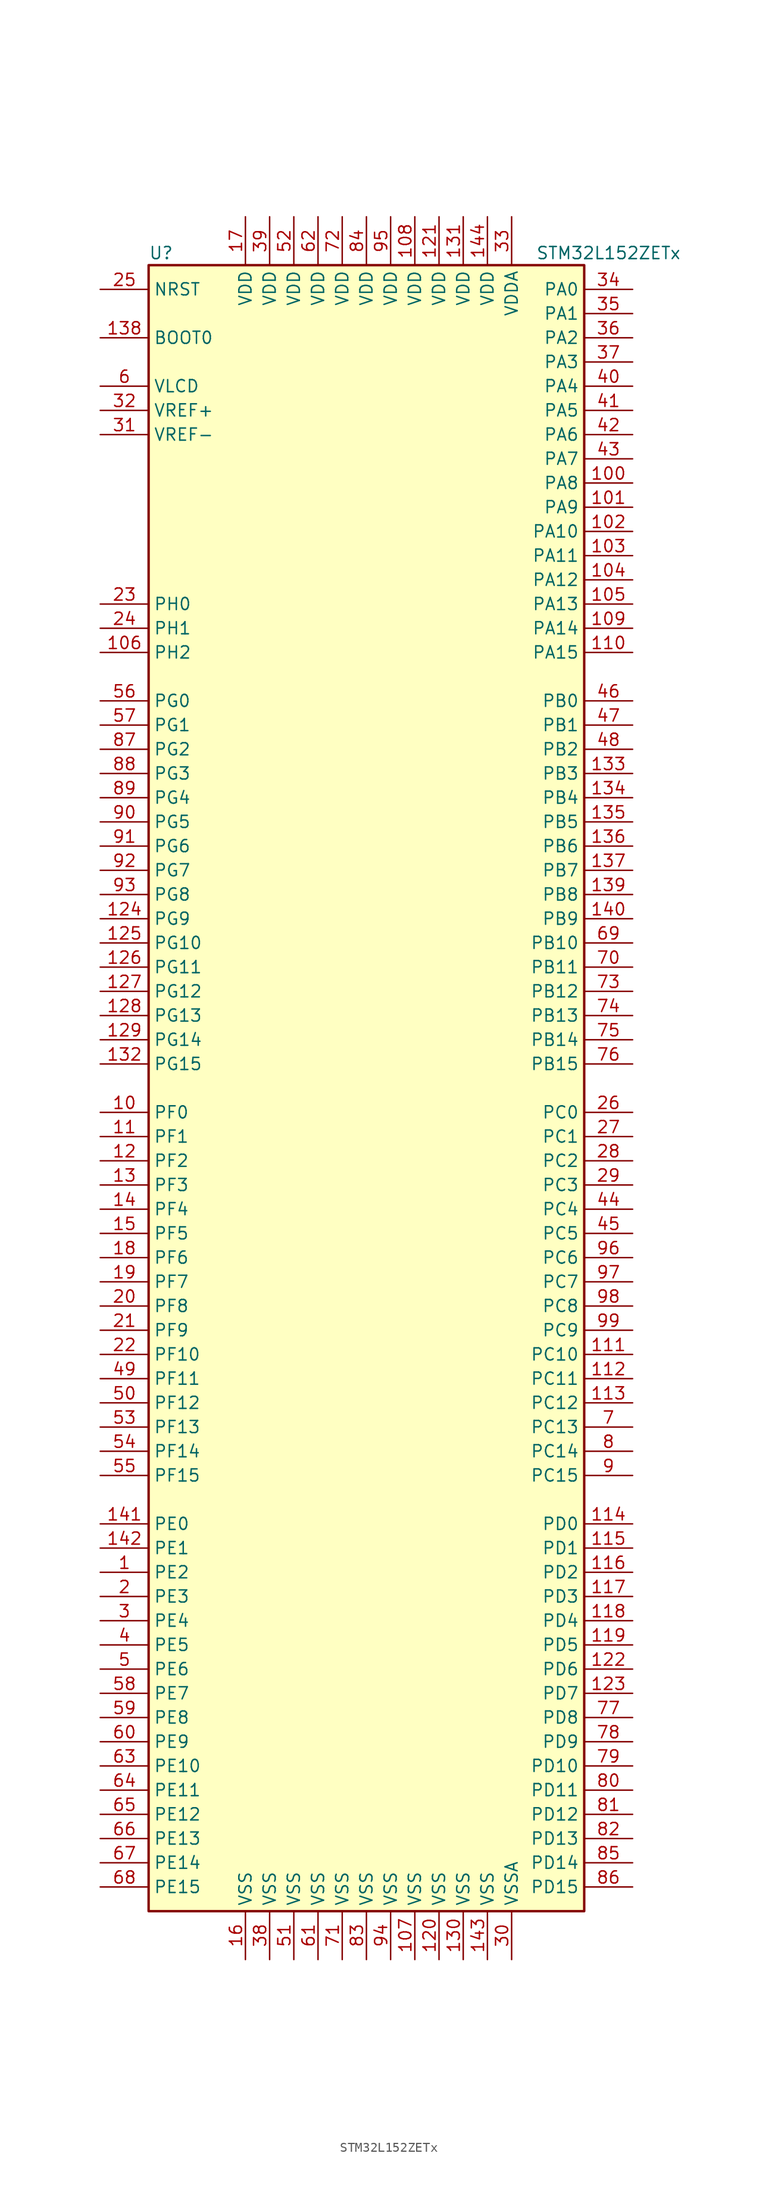
<source format=kicad_sym>
(kicad_symbol_lib
  (version 20201005)
  (generator kicad_symbol_editor)
  (symbol "MCU_ST_STM32L1:STM32L152ZETx"
    (property "Reference" "U"
      (at -22.86 87.63 0)
      (effects (font (size 1.27 1.27)) (justify left)))
    (property "Value" "STM32L152ZETx"
      (at 17.78 87.63 0)
      (effects (font (size 1.27 1.27)) (justify left)))
    (symbol "STM32L152ZETx_0_1"
      (rectangle (start -22.86 -86.36) (end 22.86 86.36) (stroke (width 0.254)) (fill (type background))))
    (symbol "STM32L152ZETx_1_1"
      (pin input line (at -27.94 78.74 0) (length 5.08) (name "BOOT0" (effects (font (size 1.27 1.27)))) (number "138" (effects (font (size 1.27 1.27)))))
      (pin input line (at -27.94 83.82 0) (length 5.08) (name "NRST" (effects (font (size 1.27 1.27)))) (number "25" (effects (font (size 1.27 1.27)))))
      (pin bidirectional line (at 27.94 83.82 180) (length 5.08) (name "PA0" (effects (font (size 1.27 1.27)))) (number "34" (effects (font (size 1.27 1.27)))))
      (pin bidirectional line (at 27.94 81.28 180) (length 5.08) (name "PA1" (effects (font (size 1.27 1.27)))) (number "35" (effects (font (size 1.27 1.27)))))
      (pin bidirectional line (at 27.94 58.42 180) (length 5.08) (name "PA10" (effects (font (size 1.27 1.27)))) (number "102" (effects (font (size 1.27 1.27)))))
      (pin bidirectional line (at 27.94 55.88 180) (length 5.08) (name "PA11" (effects (font (size 1.27 1.27)))) (number "103" (effects (font (size 1.27 1.27)))))
      (pin bidirectional line (at 27.94 53.34 180) (length 5.08) (name "PA12" (effects (font (size 1.27 1.27)))) (number "104" (effects (font (size 1.27 1.27)))))
      (pin bidirectional line (at 27.94 50.8 180) (length 5.08) (name "PA13" (effects (font (size 1.27 1.27)))) (number "105" (effects (font (size 1.27 1.27)))))
      (pin bidirectional line (at 27.94 48.26 180) (length 5.08) (name "PA14" (effects (font (size 1.27 1.27)))) (number "109" (effects (font (size 1.27 1.27)))))
      (pin bidirectional line (at 27.94 45.72 180) (length 5.08) (name "PA15" (effects (font (size 1.27 1.27)))) (number "110" (effects (font (size 1.27 1.27)))))
      (pin bidirectional line (at 27.94 78.74 180) (length 5.08) (name "PA2" (effects (font (size 1.27 1.27)))) (number "36" (effects (font (size 1.27 1.27)))))
      (pin bidirectional line (at 27.94 76.2 180) (length 5.08) (name "PA3" (effects (font (size 1.27 1.27)))) (number "37" (effects (font (size 1.27 1.27)))))
      (pin bidirectional line (at 27.94 73.66 180) (length 5.08) (name "PA4" (effects (font (size 1.27 1.27)))) (number "40" (effects (font (size 1.27 1.27)))))
      (pin bidirectional line (at 27.94 71.12 180) (length 5.08) (name "PA5" (effects (font (size 1.27 1.27)))) (number "41" (effects (font (size 1.27 1.27)))))
      (pin bidirectional line (at 27.94 68.58 180) (length 5.08) (name "PA6" (effects (font (size 1.27 1.27)))) (number "42" (effects (font (size 1.27 1.27)))))
      (pin bidirectional line (at 27.94 66.04 180) (length 5.08) (name "PA7" (effects (font (size 1.27 1.27)))) (number "43" (effects (font (size 1.27 1.27)))))
      (pin bidirectional line (at 27.94 63.5 180) (length 5.08) (name "PA8" (effects (font (size 1.27 1.27)))) (number "100" (effects (font (size 1.27 1.27)))))
      (pin bidirectional line (at 27.94 60.96 180) (length 5.08) (name "PA9" (effects (font (size 1.27 1.27)))) (number "101" (effects (font (size 1.27 1.27)))))
      (pin bidirectional line (at 27.94 40.64 180) (length 5.08) (name "PB0" (effects (font (size 1.27 1.27)))) (number "46" (effects (font (size 1.27 1.27)))))
      (pin bidirectional line (at 27.94 38.1 180) (length 5.08) (name "PB1" (effects (font (size 1.27 1.27)))) (number "47" (effects (font (size 1.27 1.27)))))
      (pin bidirectional line (at 27.94 15.24 180) (length 5.08) (name "PB10" (effects (font (size 1.27 1.27)))) (number "69" (effects (font (size 1.27 1.27)))))
      (pin bidirectional line (at 27.94 12.7 180) (length 5.08) (name "PB11" (effects (font (size 1.27 1.27)))) (number "70" (effects (font (size 1.27 1.27)))))
      (pin bidirectional line (at 27.94 10.16 180) (length 5.08) (name "PB12" (effects (font (size 1.27 1.27)))) (number "73" (effects (font (size 1.27 1.27)))))
      (pin bidirectional line (at 27.94 7.62 180) (length 5.08) (name "PB13" (effects (font (size 1.27 1.27)))) (number "74" (effects (font (size 1.27 1.27)))))
      (pin bidirectional line (at 27.94 5.08 180) (length 5.08) (name "PB14" (effects (font (size 1.27 1.27)))) (number "75" (effects (font (size 1.27 1.27)))))
      (pin bidirectional line (at 27.94 2.54 180) (length 5.08) (name "PB15" (effects (font (size 1.27 1.27)))) (number "76" (effects (font (size 1.27 1.27)))))
      (pin bidirectional line (at 27.94 35.56 180) (length 5.08) (name "PB2" (effects (font (size 1.27 1.27)))) (number "48" (effects (font (size 1.27 1.27)))))
      (pin bidirectional line (at 27.94 33.02 180) (length 5.08) (name "PB3" (effects (font (size 1.27 1.27)))) (number "133" (effects (font (size 1.27 1.27)))))
      (pin bidirectional line (at 27.94 30.48 180) (length 5.08) (name "PB4" (effects (font (size 1.27 1.27)))) (number "134" (effects (font (size 1.27 1.27)))))
      (pin bidirectional line (at 27.94 27.94 180) (length 5.08) (name "PB5" (effects (font (size 1.27 1.27)))) (number "135" (effects (font (size 1.27 1.27)))))
      (pin bidirectional line (at 27.94 25.4 180) (length 5.08) (name "PB6" (effects (font (size 1.27 1.27)))) (number "136" (effects (font (size 1.27 1.27)))))
      (pin bidirectional line (at 27.94 22.86 180) (length 5.08) (name "PB7" (effects (font (size 1.27 1.27)))) (number "137" (effects (font (size 1.27 1.27)))))
      (pin bidirectional line (at 27.94 20.32 180) (length 5.08) (name "PB8" (effects (font (size 1.27 1.27)))) (number "139" (effects (font (size 1.27 1.27)))))
      (pin bidirectional line (at 27.94 17.78 180) (length 5.08) (name "PB9" (effects (font (size 1.27 1.27)))) (number "140" (effects (font (size 1.27 1.27)))))
      (pin bidirectional line (at 27.94 -2.54 180) (length 5.08) (name "PC0" (effects (font (size 1.27 1.27)))) (number "26" (effects (font (size 1.27 1.27)))))
      (pin bidirectional line (at 27.94 -5.08 180) (length 5.08) (name "PC1" (effects (font (size 1.27 1.27)))) (number "27" (effects (font (size 1.27 1.27)))))
      (pin bidirectional line (at 27.94 -27.94 180) (length 5.08) (name "PC10" (effects (font (size 1.27 1.27)))) (number "111" (effects (font (size 1.27 1.27)))))
      (pin bidirectional line (at 27.94 -30.48 180) (length 5.08) (name "PC11" (effects (font (size 1.27 1.27)))) (number "112" (effects (font (size 1.27 1.27)))))
      (pin bidirectional line (at 27.94 -33.02 180) (length 5.08) (name "PC12" (effects (font (size 1.27 1.27)))) (number "113" (effects (font (size 1.27 1.27)))))
      (pin bidirectional line (at 27.94 -35.56 180) (length 5.08) (name "PC13" (effects (font (size 1.27 1.27)))) (number "7" (effects (font (size 1.27 1.27)))))
      (pin bidirectional line (at 27.94 -38.1 180) (length 5.08) (name "PC14" (effects (font (size 1.27 1.27)))) (number "8" (effects (font (size 1.27 1.27)))))
      (pin bidirectional line (at 27.94 -40.64 180) (length 5.08) (name "PC15" (effects (font (size 1.27 1.27)))) (number "9" (effects (font (size 1.27 1.27)))))
      (pin bidirectional line (at 27.94 -7.62 180) (length 5.08) (name "PC2" (effects (font (size 1.27 1.27)))) (number "28" (effects (font (size 1.27 1.27)))))
      (pin bidirectional line (at 27.94 -10.16 180) (length 5.08) (name "PC3" (effects (font (size 1.27 1.27)))) (number "29" (effects (font (size 1.27 1.27)))))
      (pin bidirectional line (at 27.94 -12.7 180) (length 5.08) (name "PC4" (effects (font (size 1.27 1.27)))) (number "44" (effects (font (size 1.27 1.27)))))
      (pin bidirectional line (at 27.94 -15.24 180) (length 5.08) (name "PC5" (effects (font (size 1.27 1.27)))) (number "45" (effects (font (size 1.27 1.27)))))
      (pin bidirectional line (at 27.94 -17.78 180) (length 5.08) (name "PC6" (effects (font (size 1.27 1.27)))) (number "96" (effects (font (size 1.27 1.27)))))
      (pin bidirectional line (at 27.94 -20.32 180) (length 5.08) (name "PC7" (effects (font (size 1.27 1.27)))) (number "97" (effects (font (size 1.27 1.27)))))
      (pin bidirectional line (at 27.94 -22.86 180) (length 5.08) (name "PC8" (effects (font (size 1.27 1.27)))) (number "98" (effects (font (size 1.27 1.27)))))
      (pin bidirectional line (at 27.94 -25.4 180) (length 5.08) (name "PC9" (effects (font (size 1.27 1.27)))) (number "99" (effects (font (size 1.27 1.27)))))
      (pin bidirectional line (at 27.94 -45.72 180) (length 5.08) (name "PD0" (effects (font (size 1.27 1.27)))) (number "114" (effects (font (size 1.27 1.27)))))
      (pin bidirectional line (at 27.94 -48.26 180) (length 5.08) (name "PD1" (effects (font (size 1.27 1.27)))) (number "115" (effects (font (size 1.27 1.27)))))
      (pin bidirectional line (at 27.94 -71.12 180) (length 5.08) (name "PD10" (effects (font (size 1.27 1.27)))) (number "79" (effects (font (size 1.27 1.27)))))
      (pin bidirectional line (at 27.94 -73.66 180) (length 5.08) (name "PD11" (effects (font (size 1.27 1.27)))) (number "80" (effects (font (size 1.27 1.27)))))
      (pin bidirectional line (at 27.94 -76.2 180) (length 5.08) (name "PD12" (effects (font (size 1.27 1.27)))) (number "81" (effects (font (size 1.27 1.27)))))
      (pin bidirectional line (at 27.94 -78.74 180) (length 5.08) (name "PD13" (effects (font (size 1.27 1.27)))) (number "82" (effects (font (size 1.27 1.27)))))
      (pin bidirectional line (at 27.94 -81.28 180) (length 5.08) (name "PD14" (effects (font (size 1.27 1.27)))) (number "85" (effects (font (size 1.27 1.27)))))
      (pin bidirectional line (at 27.94 -83.82 180) (length 5.08) (name "PD15" (effects (font (size 1.27 1.27)))) (number "86" (effects (font (size 1.27 1.27)))))
      (pin bidirectional line (at 27.94 -50.8 180) (length 5.08) (name "PD2" (effects (font (size 1.27 1.27)))) (number "116" (effects (font (size 1.27 1.27)))))
      (pin bidirectional line (at 27.94 -53.34 180) (length 5.08) (name "PD3" (effects (font (size 1.27 1.27)))) (number "117" (effects (font (size 1.27 1.27)))))
      (pin bidirectional line (at 27.94 -55.88 180) (length 5.08) (name "PD4" (effects (font (size 1.27 1.27)))) (number "118" (effects (font (size 1.27 1.27)))))
      (pin bidirectional line (at 27.94 -58.42 180) (length 5.08) (name "PD5" (effects (font (size 1.27 1.27)))) (number "119" (effects (font (size 1.27 1.27)))))
      (pin bidirectional line (at 27.94 -60.96 180) (length 5.08) (name "PD6" (effects (font (size 1.27 1.27)))) (number "122" (effects (font (size 1.27 1.27)))))
      (pin bidirectional line (at 27.94 -63.5 180) (length 5.08) (name "PD7" (effects (font (size 1.27 1.27)))) (number "123" (effects (font (size 1.27 1.27)))))
      (pin bidirectional line (at 27.94 -66.04 180) (length 5.08) (name "PD8" (effects (font (size 1.27 1.27)))) (number "77" (effects (font (size 1.27 1.27)))))
      (pin bidirectional line (at 27.94 -68.58 180) (length 5.08) (name "PD9" (effects (font (size 1.27 1.27)))) (number "78" (effects (font (size 1.27 1.27)))))
      (pin bidirectional line (at -27.94 -45.72 0) (length 5.08) (name "PE0" (effects (font (size 1.27 1.27)))) (number "141" (effects (font (size 1.27 1.27)))))
      (pin bidirectional line (at -27.94 -48.26 0) (length 5.08) (name "PE1" (effects (font (size 1.27 1.27)))) (number "142" (effects (font (size 1.27 1.27)))))
      (pin bidirectional line (at -27.94 -71.12 0) (length 5.08) (name "PE10" (effects (font (size 1.27 1.27)))) (number "63" (effects (font (size 1.27 1.27)))))
      (pin bidirectional line (at -27.94 -73.66 0) (length 5.08) (name "PE11" (effects (font (size 1.27 1.27)))) (number "64" (effects (font (size 1.27 1.27)))))
      (pin bidirectional line (at -27.94 -76.2 0) (length 5.08) (name "PE12" (effects (font (size 1.27 1.27)))) (number "65" (effects (font (size 1.27 1.27)))))
      (pin bidirectional line (at -27.94 -78.74 0) (length 5.08) (name "PE13" (effects (font (size 1.27 1.27)))) (number "66" (effects (font (size 1.27 1.27)))))
      (pin bidirectional line (at -27.94 -81.28 0) (length 5.08) (name "PE14" (effects (font (size 1.27 1.27)))) (number "67" (effects (font (size 1.27 1.27)))))
      (pin bidirectional line (at -27.94 -83.82 0) (length 5.08) (name "PE15" (effects (font (size 1.27 1.27)))) (number "68" (effects (font (size 1.27 1.27)))))
      (pin bidirectional line (at -27.94 -50.8 0) (length 5.08) (name "PE2" (effects (font (size 1.27 1.27)))) (number "1" (effects (font (size 1.27 1.27)))))
      (pin bidirectional line (at -27.94 -53.34 0) (length 5.08) (name "PE3" (effects (font (size 1.27 1.27)))) (number "2" (effects (font (size 1.27 1.27)))))
      (pin bidirectional line (at -27.94 -55.88 0) (length 5.08) (name "PE4" (effects (font (size 1.27 1.27)))) (number "3" (effects (font (size 1.27 1.27)))))
      (pin bidirectional line (at -27.94 -58.42 0) (length 5.08) (name "PE5" (effects (font (size 1.27 1.27)))) (number "4" (effects (font (size 1.27 1.27)))))
      (pin bidirectional line (at -27.94 -60.96 0) (length 5.08) (name "PE6" (effects (font (size 1.27 1.27)))) (number "5" (effects (font (size 1.27 1.27)))))
      (pin bidirectional line (at -27.94 -63.5 0) (length 5.08) (name "PE7" (effects (font (size 1.27 1.27)))) (number "58" (effects (font (size 1.27 1.27)))))
      (pin bidirectional line (at -27.94 -66.04 0) (length 5.08) (name "PE8" (effects (font (size 1.27 1.27)))) (number "59" (effects (font (size 1.27 1.27)))))
      (pin bidirectional line (at -27.94 -68.58 0) (length 5.08) (name "PE9" (effects (font (size 1.27 1.27)))) (number "60" (effects (font (size 1.27 1.27)))))
      (pin bidirectional line (at -27.94 -2.54 0) (length 5.08) (name "PF0" (effects (font (size 1.27 1.27)))) (number "10" (effects (font (size 1.27 1.27)))))
      (pin bidirectional line (at -27.94 -5.08 0) (length 5.08) (name "PF1" (effects (font (size 1.27 1.27)))) (number "11" (effects (font (size 1.27 1.27)))))
      (pin bidirectional line (at -27.94 -27.94 0) (length 5.08) (name "PF10" (effects (font (size 1.27 1.27)))) (number "22" (effects (font (size 1.27 1.27)))))
      (pin bidirectional line (at -27.94 -30.48 0) (length 5.08) (name "PF11" (effects (font (size 1.27 1.27)))) (number "49" (effects (font (size 1.27 1.27)))))
      (pin bidirectional line (at -27.94 -33.02 0) (length 5.08) (name "PF12" (effects (font (size 1.27 1.27)))) (number "50" (effects (font (size 1.27 1.27)))))
      (pin bidirectional line (at -27.94 -35.56 0) (length 5.08) (name "PF13" (effects (font (size 1.27 1.27)))) (number "53" (effects (font (size 1.27 1.27)))))
      (pin bidirectional line (at -27.94 -38.1 0) (length 5.08) (name "PF14" (effects (font (size 1.27 1.27)))) (number "54" (effects (font (size 1.27 1.27)))))
      (pin bidirectional line (at -27.94 -40.64 0) (length 5.08) (name "PF15" (effects (font (size 1.27 1.27)))) (number "55" (effects (font (size 1.27 1.27)))))
      (pin bidirectional line (at -27.94 -7.62 0) (length 5.08) (name "PF2" (effects (font (size 1.27 1.27)))) (number "12" (effects (font (size 1.27 1.27)))))
      (pin bidirectional line (at -27.94 -10.16 0) (length 5.08) (name "PF3" (effects (font (size 1.27 1.27)))) (number "13" (effects (font (size 1.27 1.27)))))
      (pin bidirectional line (at -27.94 -12.7 0) (length 5.08) (name "PF4" (effects (font (size 1.27 1.27)))) (number "14" (effects (font (size 1.27 1.27)))))
      (pin bidirectional line (at -27.94 -15.24 0) (length 5.08) (name "PF5" (effects (font (size 1.27 1.27)))) (number "15" (effects (font (size 1.27 1.27)))))
      (pin bidirectional line (at -27.94 -17.78 0) (length 5.08) (name "PF6" (effects (font (size 1.27 1.27)))) (number "18" (effects (font (size 1.27 1.27)))))
      (pin bidirectional line (at -27.94 -20.32 0) (length 5.08) (name "PF7" (effects (font (size 1.27 1.27)))) (number "19" (effects (font (size 1.27 1.27)))))
      (pin bidirectional line (at -27.94 -22.86 0) (length 5.08) (name "PF8" (effects (font (size 1.27 1.27)))) (number "20" (effects (font (size 1.27 1.27)))))
      (pin bidirectional line (at -27.94 -25.4 0) (length 5.08) (name "PF9" (effects (font (size 1.27 1.27)))) (number "21" (effects (font (size 1.27 1.27)))))
      (pin bidirectional line (at -27.94 40.64 0) (length 5.08) (name "PG0" (effects (font (size 1.27 1.27)))) (number "56" (effects (font (size 1.27 1.27)))))
      (pin bidirectional line (at -27.94 38.1 0) (length 5.08) (name "PG1" (effects (font (size 1.27 1.27)))) (number "57" (effects (font (size 1.27 1.27)))))
      (pin bidirectional line (at -27.94 15.24 0) (length 5.08) (name "PG10" (effects (font (size 1.27 1.27)))) (number "125" (effects (font (size 1.27 1.27)))))
      (pin bidirectional line (at -27.94 12.7 0) (length 5.08) (name "PG11" (effects (font (size 1.27 1.27)))) (number "126" (effects (font (size 1.27 1.27)))))
      (pin bidirectional line (at -27.94 10.16 0) (length 5.08) (name "PG12" (effects (font (size 1.27 1.27)))) (number "127" (effects (font (size 1.27 1.27)))))
      (pin bidirectional line (at -27.94 7.62 0) (length 5.08) (name "PG13" (effects (font (size 1.27 1.27)))) (number "128" (effects (font (size 1.27 1.27)))))
      (pin bidirectional line (at -27.94 5.08 0) (length 5.08) (name "PG14" (effects (font (size 1.27 1.27)))) (number "129" (effects (font (size 1.27 1.27)))))
      (pin bidirectional line (at -27.94 2.54 0) (length 5.08) (name "PG15" (effects (font (size 1.27 1.27)))) (number "132" (effects (font (size 1.27 1.27)))))
      (pin bidirectional line (at -27.94 35.56 0) (length 5.08) (name "PG2" (effects (font (size 1.27 1.27)))) (number "87" (effects (font (size 1.27 1.27)))))
      (pin bidirectional line (at -27.94 33.02 0) (length 5.08) (name "PG3" (effects (font (size 1.27 1.27)))) (number "88" (effects (font (size 1.27 1.27)))))
      (pin bidirectional line (at -27.94 30.48 0) (length 5.08) (name "PG4" (effects (font (size 1.27 1.27)))) (number "89" (effects (font (size 1.27 1.27)))))
      (pin bidirectional line (at -27.94 27.94 0) (length 5.08) (name "PG5" (effects (font (size 1.27 1.27)))) (number "90" (effects (font (size 1.27 1.27)))))
      (pin bidirectional line (at -27.94 25.4 0) (length 5.08) (name "PG6" (effects (font (size 1.27 1.27)))) (number "91" (effects (font (size 1.27 1.27)))))
      (pin bidirectional line (at -27.94 22.86 0) (length 5.08) (name "PG7" (effects (font (size 1.27 1.27)))) (number "92" (effects (font (size 1.27 1.27)))))
      (pin bidirectional line (at -27.94 20.32 0) (length 5.08) (name "PG8" (effects (font (size 1.27 1.27)))) (number "93" (effects (font (size 1.27 1.27)))))
      (pin bidirectional line (at -27.94 17.78 0) (length 5.08) (name "PG9" (effects (font (size 1.27 1.27)))) (number "124" (effects (font (size 1.27 1.27)))))
      (pin input line (at -27.94 50.8 0) (length 5.08) (name "PH0" (effects (font (size 1.27 1.27)))) (number "23" (effects (font (size 1.27 1.27)))))
      (pin input line (at -27.94 48.26 0) (length 5.08) (name "PH1" (effects (font (size 1.27 1.27)))) (number "24" (effects (font (size 1.27 1.27)))))
      (pin bidirectional line (at -27.94 45.72 0) (length 5.08) (name "PH2" (effects (font (size 1.27 1.27)))) (number "106" (effects (font (size 1.27 1.27)))))
      (pin power_in line (at 5.08 91.44 270) (length 5.08) (name "VDD" (effects (font (size 1.27 1.27)))) (number "108" (effects (font (size 1.27 1.27)))))
      (pin power_in line (at 7.62 91.44 270) (length 5.08) (name "VDD" (effects (font (size 1.27 1.27)))) (number "121" (effects (font (size 1.27 1.27)))))
      (pin power_in line (at 10.16 91.44 270) (length 5.08) (name "VDD" (effects (font (size 1.27 1.27)))) (number "131" (effects (font (size 1.27 1.27)))))
      (pin power_in line (at 12.7 91.44 270) (length 5.08) (name "VDD" (effects (font (size 1.27 1.27)))) (number "144" (effects (font (size 1.27 1.27)))))
      (pin power_in line (at -12.7 91.44 270) (length 5.08) (name "VDD" (effects (font (size 1.27 1.27)))) (number "17" (effects (font (size 1.27 1.27)))))
      (pin power_in line (at -10.16 91.44 270) (length 5.08) (name "VDD" (effects (font (size 1.27 1.27)))) (number "39" (effects (font (size 1.27 1.27)))))
      (pin power_in line (at -7.62 91.44 270) (length 5.08) (name "VDD" (effects (font (size 1.27 1.27)))) (number "52" (effects (font (size 1.27 1.27)))))
      (pin power_in line (at -5.08 91.44 270) (length 5.08) (name "VDD" (effects (font (size 1.27 1.27)))) (number "62" (effects (font (size 1.27 1.27)))))
      (pin power_in line (at -2.54 91.44 270) (length 5.08) (name "VDD" (effects (font (size 1.27 1.27)))) (number "72" (effects (font (size 1.27 1.27)))))
      (pin power_in line (at 0 91.44 270) (length 5.08) (name "VDD" (effects (font (size 1.27 1.27)))) (number "84" (effects (font (size 1.27 1.27)))))
      (pin power_in line (at 2.54 91.44 270) (length 5.08) (name "VDD" (effects (font (size 1.27 1.27)))) (number "95" (effects (font (size 1.27 1.27)))))
      (pin power_in line (at 15.24 91.44 270) (length 5.08) (name "VDDA" (effects (font (size 1.27 1.27)))) (number "33" (effects (font (size 1.27 1.27)))))
      (pin power_in line (at -27.94 73.66 0) (length 5.08) (name "VLCD" (effects (font (size 1.27 1.27)))) (number "6" (effects (font (size 1.27 1.27)))))
      (pin power_in line (at -27.94 71.12 0) (length 5.08) (name "VREF+" (effects (font (size 1.27 1.27)))) (number "32" (effects (font (size 1.27 1.27)))))
      (pin power_in line (at -27.94 68.58 0) (length 5.08) (name "VREF-" (effects (font (size 1.27 1.27)))) (number "31" (effects (font (size 1.27 1.27)))))
      (pin power_in line (at 5.08 -91.44 90) (length 5.08) (name "VSS" (effects (font (size 1.27 1.27)))) (number "107" (effects (font (size 1.27 1.27)))))
      (pin power_in line (at 7.62 -91.44 90) (length 5.08) (name "VSS" (effects (font (size 1.27 1.27)))) (number "120" (effects (font (size 1.27 1.27)))))
      (pin power_in line (at 10.16 -91.44 90) (length 5.08) (name "VSS" (effects (font (size 1.27 1.27)))) (number "130" (effects (font (size 1.27 1.27)))))
      (pin power_in line (at 12.7 -91.44 90) (length 5.08) (name "VSS" (effects (font (size 1.27 1.27)))) (number "143" (effects (font (size 1.27 1.27)))))
      (pin power_in line (at -12.7 -91.44 90) (length 5.08) (name "VSS" (effects (font (size 1.27 1.27)))) (number "16" (effects (font (size 1.27 1.27)))))
      (pin power_in line (at -10.16 -91.44 90) (length 5.08) (name "VSS" (effects (font (size 1.27 1.27)))) (number "38" (effects (font (size 1.27 1.27)))))
      (pin power_in line (at -7.62 -91.44 90) (length 5.08) (name "VSS" (effects (font (size 1.27 1.27)))) (number "51" (effects (font (size 1.27 1.27)))))
      (pin power_in line (at -5.08 -91.44 90) (length 5.08) (name "VSS" (effects (font (size 1.27 1.27)))) (number "61" (effects (font (size 1.27 1.27)))))
      (pin power_in line (at -2.54 -91.44 90) (length 5.08) (name "VSS" (effects (font (size 1.27 1.27)))) (number "71" (effects (font (size 1.27 1.27)))))
      (pin power_in line (at 0 -91.44 90) (length 5.08) (name "VSS" (effects (font (size 1.27 1.27)))) (number "83" (effects (font (size 1.27 1.27)))))
      (pin power_in line (at 2.54 -91.44 90) (length 5.08) (name "VSS" (effects (font (size 1.27 1.27)))) (number "94" (effects (font (size 1.27 1.27)))))
      (pin power_in line (at 15.24 -91.44 90) (length 5.08) (name "VSSA" (effects (font (size 1.27 1.27)))) (number "30" (effects (font (size 1.27 1.27))))))))
</source>
